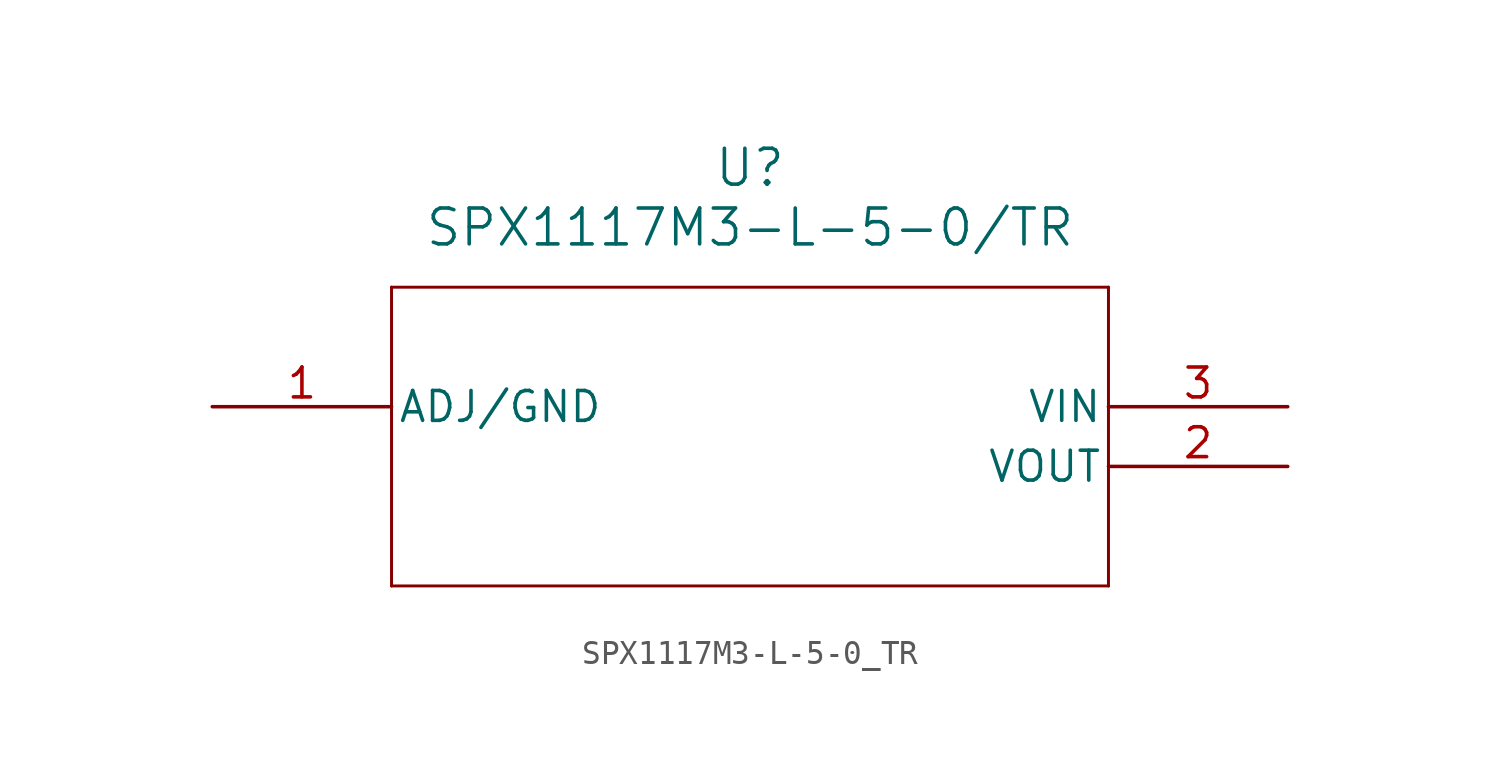
<source format=kicad_sym>
(kicad_symbol_lib
  (version 20211014)
  (generator kicad_symbol_editor)
  (symbol "SPX1117M3-L-5-0_TR"
    (pin_names
      (offset 0.254))
    (property "Reference" "U"
      (at 22.86 10.16 0)
      (effects (font (size 1.524 1.524))))
    (property "Value" "SPX1117M3-L-5-0/TR"
      (at 22.86 7.62 0)
      (effects (font (size 1.524 1.524))))
    (symbol "SPX1117M3-L-5-0_TR_0_1"
      (polyline (pts (xy 7.62 5.08) (xy 7.62 -7.62)) (stroke (width 0.127) (type default) (color 0 0 0 0)) (fill (type none)))
      (polyline (pts (xy 7.62 -7.62) (xy 38.1 -7.62)) (stroke (width 0.127) (type default) (color 0 0 0 0)) (fill (type none)))
      (polyline (pts (xy 38.1 -7.62) (xy 38.1 5.08)) (stroke (width 0.127) (type default) (color 0 0 0 0)) (fill (type none)))
      (polyline (pts (xy 38.1 5.08) (xy 7.62 5.08)) (stroke (width 0.127) (type default) (color 0 0 0 0)) (fill (type none)))
      (pin bidirectional line (at 0 0 0) (length 7.62) (name "ADJ/GND" (effects (font (size 1.27 1.27)))) (number "1" (effects (font (size 1.27 1.27)))))
      (pin output line (at 45.72 -2.54 180) (length 7.62) (name "VOUT" (effects (font (size 1.27 1.27)))) (number "2" (effects (font (size 1.27 1.27)))))
      (pin input line (at 45.72 0 180) (length 7.62) (name "VIN" (effects (font (size 1.27 1.27)))) (number "3" (effects (font (size 1.27 1.27))))))))
</source>
